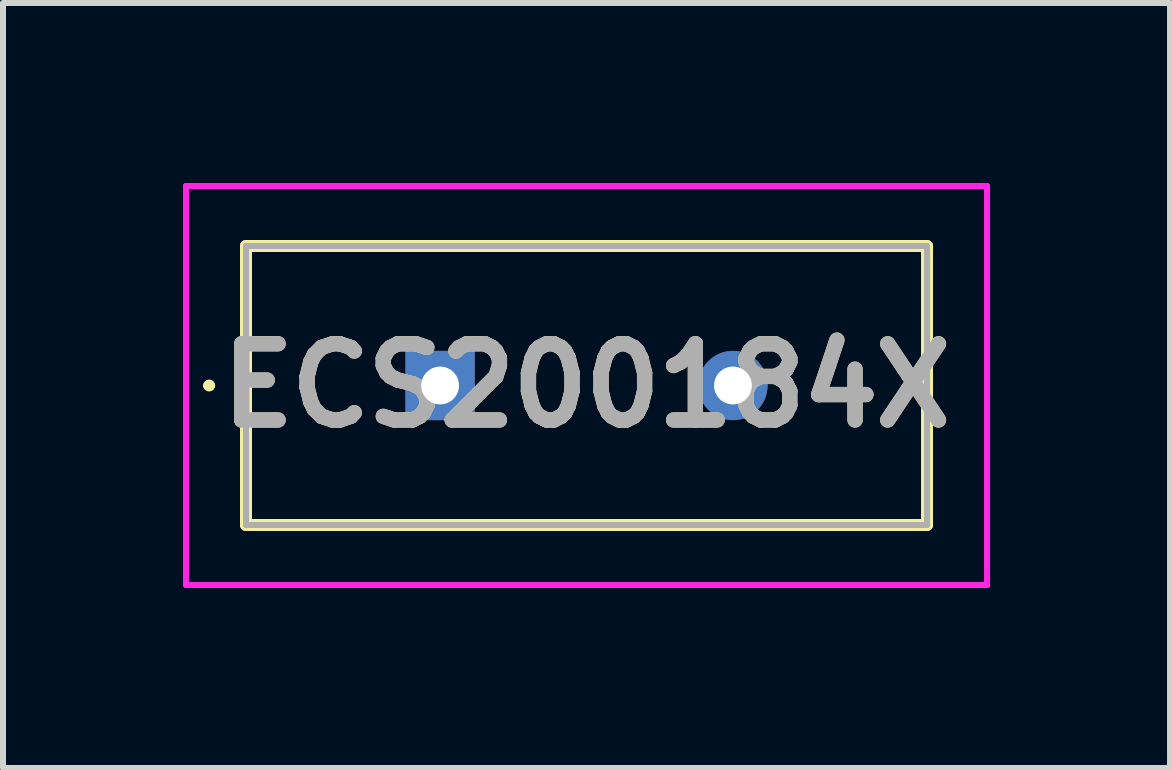
<source format=kicad_pcb>
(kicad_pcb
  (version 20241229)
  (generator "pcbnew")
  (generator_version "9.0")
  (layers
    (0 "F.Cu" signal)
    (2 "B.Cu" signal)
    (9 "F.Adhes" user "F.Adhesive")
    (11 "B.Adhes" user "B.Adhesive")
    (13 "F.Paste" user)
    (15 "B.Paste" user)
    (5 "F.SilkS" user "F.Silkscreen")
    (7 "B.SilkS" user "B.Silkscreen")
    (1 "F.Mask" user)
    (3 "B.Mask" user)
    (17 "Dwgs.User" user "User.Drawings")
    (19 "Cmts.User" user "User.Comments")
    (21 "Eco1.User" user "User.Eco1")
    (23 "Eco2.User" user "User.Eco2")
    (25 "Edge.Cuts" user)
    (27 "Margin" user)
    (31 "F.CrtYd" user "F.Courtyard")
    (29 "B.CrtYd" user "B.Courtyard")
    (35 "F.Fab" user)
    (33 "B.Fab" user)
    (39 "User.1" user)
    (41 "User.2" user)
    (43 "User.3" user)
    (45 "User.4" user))
  (footprint "ECS200184X"
    (layer "F.Cu")
    (at 4.285 3.375)
    (property "Reference" "ECS200184X" (at 2.44 0 0) (layer "F.SilkS") (effects (font (size 1.27 1.27) (thickness 0.254))))
    (attr through_hole)
    (fp_line (start -3.9 0) (end -3.9 0) (stroke (width 0.1) (type solid)) (layer "F.SilkS"))
    (fp_line (start -3.8 0) (end -3.8 0) (stroke (width 0.1) (type solid)) (layer "F.SilkS"))
    (fp_line (start -3.235 -2.325) (end 8.115 -2.325) (stroke (width 0.2) (type solid)) (layer "F.SilkS"))
    (fp_line (start -3.235 2.325) (end -3.235 -2.325) (stroke (width 0.2) (type solid)) (layer "F.SilkS"))
    (fp_line (start 8.115 -2.325) (end 8.115 2.325) (stroke (width 0.2) (type solid)) (layer "F.SilkS"))
    (fp_line (start 8.115 2.325) (end -3.235 2.325) (stroke (width 0.2) (type solid)) (layer "F.SilkS"))
    (fp_arc (start -3.9 0) (mid -3.85 -0.05) (end -3.8 0) (stroke (width 0.1) (type solid)) (layer "F.SilkS"))
    (fp_arc (start -3.8 0) (mid -3.85 0.05) (end -3.9 0) (stroke (width 0.1) (type solid)) (layer "F.SilkS"))
    (fp_line (start -4.235 -3.325) (end 9.115 -3.325) (stroke (width 0.1) (type solid)) (layer "F.CrtYd"))
    (fp_line (start -4.235 3.325) (end -4.235 -3.325) (stroke (width 0.1) (type solid)) (layer "F.CrtYd"))
    (fp_line (start 9.115 -3.325) (end 9.115 3.325) (stroke (width 0.1) (type solid)) (layer "F.CrtYd"))
    (fp_line (start 9.115 3.325) (end -4.235 3.325) (stroke (width 0.1) (type solid)) (layer "F.CrtYd"))
    (fp_line (start -3.235 -2.325) (end 8.115 -2.325) (stroke (width 0.1) (type solid)) (layer "F.Fab"))
    (fp_line (start -3.235 2.325) (end -3.235 -2.325) (stroke (width 0.1) (type solid)) (layer "F.Fab"))
    (fp_line (start 8.115 -2.325) (end 8.115 2.325) (stroke (width 0.1) (type solid)) (layer "F.Fab"))
    (fp_line (start 8.115 2.325) (end -3.235 2.325) (stroke (width 0.1) (type solid)) (layer "F.Fab"))
    (fp_text user "${REFERENCE}" (at 2.44 0 0) (layer "F.Fab") (effects (font (size 1.27 1.27) (thickness 0.254))))
    (pad "1" thru_hole rect (at 0 0) (size 1.155 1.155) (drill 0.63) (layers "*.Cu" "*.Mask"))
    (pad "2" thru_hole circle (at 4.88 0) (size 1.155 1.155) (drill 0.63) (layers "*.Cu" "*.Mask")))
  (gr_rect
    (start -3 -3)
    (end 16.45 9.75)
    (stroke (width 0.1) (type default))
    (fill no)
    (layer "Edge.Cuts")))
</source>
